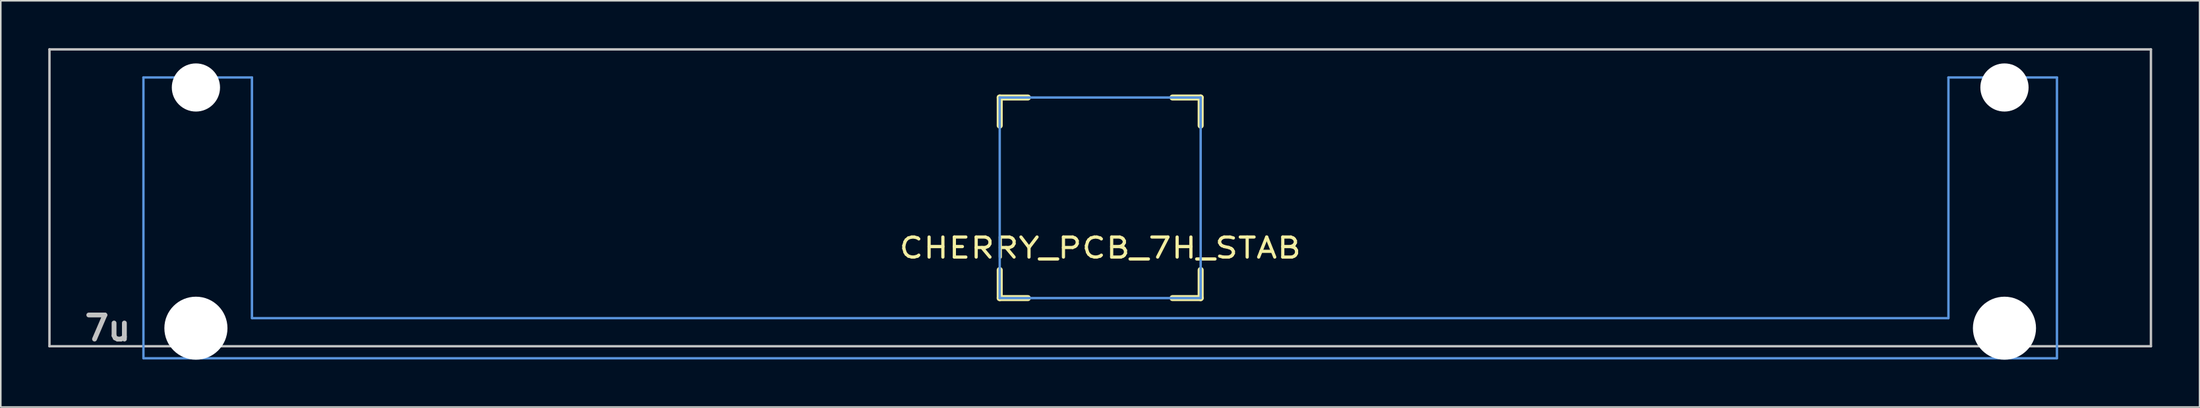
<source format=kicad_pcb>
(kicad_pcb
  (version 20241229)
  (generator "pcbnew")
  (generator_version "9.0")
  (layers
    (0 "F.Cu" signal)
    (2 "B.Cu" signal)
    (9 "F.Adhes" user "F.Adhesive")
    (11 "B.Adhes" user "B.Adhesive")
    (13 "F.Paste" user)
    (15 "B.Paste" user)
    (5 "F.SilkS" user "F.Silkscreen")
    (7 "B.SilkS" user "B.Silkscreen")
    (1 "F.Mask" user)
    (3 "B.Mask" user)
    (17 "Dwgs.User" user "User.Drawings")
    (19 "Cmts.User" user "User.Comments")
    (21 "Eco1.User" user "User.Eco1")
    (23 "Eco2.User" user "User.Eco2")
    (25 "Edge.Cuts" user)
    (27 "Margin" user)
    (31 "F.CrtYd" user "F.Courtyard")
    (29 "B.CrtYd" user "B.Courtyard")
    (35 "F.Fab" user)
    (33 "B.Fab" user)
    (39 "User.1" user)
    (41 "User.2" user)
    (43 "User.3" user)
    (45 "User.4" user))
  (footprint "CHERRY_PCB_7H_STAB"
    (layer "F.Cu")
    (at 66.482 9.474)
    (property "Reference" "CHERRY_PCB_7H_STAB" (at 0 3.175 0) (layer "F.SilkS") (effects (font (size 1.27 1.524) (thickness 0.203))))
    (attr through_hole)
    (fp_line (start -6.35 -6.35) (end -4.572 -6.35) (stroke (width 0.381) (type solid)) (layer "F.SilkS"))
    (fp_line (start -6.35 -4.572) (end -6.35 -6.35) (stroke (width 0.381) (type solid)) (layer "F.SilkS"))
    (fp_line (start -6.35 6.35) (end -6.35 4.572) (stroke (width 0.381) (type solid)) (layer "F.SilkS"))
    (fp_line (start -4.572 6.35) (end -6.35 6.35) (stroke (width 0.381) (type solid)) (layer "F.SilkS"))
    (fp_line (start 4.572 -6.35) (end 6.35 -6.35) (stroke (width 0.381) (type solid)) (layer "F.SilkS"))
    (fp_line (start 6.35 -6.35) (end 6.35 -4.572) (stroke (width 0.381) (type solid)) (layer "F.SilkS"))
    (fp_line (start 6.35 4.572) (end 6.35 6.35) (stroke (width 0.381) (type solid)) (layer "F.SilkS"))
    (fp_line (start 6.35 6.35) (end 4.572 6.35) (stroke (width 0.381) (type solid)) (layer "F.SilkS"))
    (fp_line (start -66.406 -9.398) (end 66.406 -9.398) (stroke (width 0.152) (type solid)) (layer "Dwgs.User"))
    (fp_line (start -66.406 9.398) (end -66.406 -9.398) (stroke (width 0.152) (type solid)) (layer "Dwgs.User"))
    (fp_line (start 66.406 -9.398) (end 66.406 9.398) (stroke (width 0.152) (type solid)) (layer "Dwgs.User"))
    (fp_line (start 66.406 9.398) (end -66.406 9.398) (stroke (width 0.152) (type solid)) (layer "Dwgs.User"))
    (fp_line (start -60.467 -7.62) (end -60.467 10.16) (stroke (width 0.152) (type solid)) (layer "Cmts.User"))
    (fp_line (start -60.452 10.16) (end 60.452 10.16) (stroke (width 0.152) (type solid)) (layer "Cmts.User"))
    (fp_line (start -53.609 -7.62) (end -60.467 -7.62) (stroke (width 0.152) (type solid)) (layer "Cmts.User"))
    (fp_line (start -53.609 7.62) (end -53.609 -7.62) (stroke (width 0.152) (type solid)) (layer "Cmts.User"))
    (fp_line (start -6.35 -6.35) (end 6.35 -6.35) (stroke (width 0.152) (type solid)) (layer "Cmts.User"))
    (fp_line (start -6.35 6.35) (end -6.35 -6.35) (stroke (width 0.152) (type solid)) (layer "Cmts.User"))
    (fp_line (start 6.35 -6.35) (end 6.35 6.35) (stroke (width 0.152) (type solid)) (layer "Cmts.User"))
    (fp_line (start 6.35 6.35) (end -6.35 6.35) (stroke (width 0.152) (type solid)) (layer "Cmts.User"))
    (fp_line (start 53.594 7.62) (end -53.594 7.62) (stroke (width 0.152) (type solid)) (layer "Cmts.User"))
    (fp_line (start 53.609 -7.62) (end 53.609 7.62) (stroke (width 0.152) (type solid)) (layer "Cmts.User"))
    (fp_line (start 60.467 -7.62) (end 53.609 -7.62) (stroke (width 0.152) (type solid)) (layer "Cmts.User"))
    (fp_line (start 60.467 10.16) (end 60.467 -7.62) (stroke (width 0.152) (type solid)) (layer "Cmts.User"))
    (fp_line (start -61.229 -2.286) (end -60.365 -2.286) (stroke (width 0.152) (type solid)) (layer "Eco2.User"))
    (fp_line (start -61.229 0.508) (end -61.229 -2.286) (stroke (width 0.152) (type solid)) (layer "Eco2.User"))
    (fp_line (start -60.365 -5.69) (end -53.711 -5.69) (stroke (width 0.152) (type solid)) (layer "Eco2.User"))
    (fp_line (start -60.365 -2.286) (end -60.365 -5.69) (stroke (width 0.152) (type solid)) (layer "Eco2.User"))
    (fp_line (start -60.365 0.508) (end -61.229 0.508) (stroke (width 0.152) (type solid)) (layer "Eco2.User"))
    (fp_line (start -60.365 6.604) (end -60.365 0.508) (stroke (width 0.152) (type solid)) (layer "Eco2.User"))
    (fp_line (start -59.324 6.604) (end -60.365 6.604) (stroke (width 0.152) (type solid)) (layer "Eco2.User"))
    (fp_line (start -59.324 7.772) (end -59.324 6.604) (stroke (width 0.152) (type solid)) (layer "Eco2.User"))
    (fp_line (start -54.752 6.604) (end -54.752 7.772) (stroke (width 0.152) (type solid)) (layer "Eco2.User"))
    (fp_line (start -54.752 7.772) (end -59.324 7.772) (stroke (width 0.152) (type solid)) (layer "Eco2.User"))
    (fp_line (start -53.721 -2.286) (end -6.985 -2.286) (stroke (width 0.152) (type solid)) (layer "Eco2.User"))
    (fp_line (start -53.711 -5.69) (end -53.711 -2.286) (stroke (width 0.152) (type solid)) (layer "Eco2.User"))
    (fp_line (start -53.711 2.286) (end -53.711 6.604) (stroke (width 0.152) (type solid)) (layer "Eco2.User"))
    (fp_line (start -53.711 6.604) (end -54.752 6.604) (stroke (width 0.152) (type solid)) (layer "Eco2.User"))
    (fp_line (start -6.985 -6.985) (end 6.985 -6.985) (stroke (width 0.152) (type solid)) (layer "Eco2.User"))
    (fp_line (start -6.985 -2.286) (end -6.985 -6.985) (stroke (width 0.152) (type solid)) (layer "Eco2.User"))
    (fp_line (start -6.985 2.286) (end -53.721 2.286) (stroke (width 0.152) (type solid)) (layer "Eco2.User"))
    (fp_line (start -6.985 6.985) (end -6.985 2.286) (stroke (width 0.152) (type solid)) (layer "Eco2.User"))
    (fp_line (start 6.985 -6.985) (end 6.985 -2.286) (stroke (width 0.152) (type solid)) (layer "Eco2.User"))
    (fp_line (start 6.985 -2.286) (end 53.721 -2.286) (stroke (width 0.152) (type solid)) (layer "Eco2.User"))
    (fp_line (start 6.985 2.286) (end 6.985 6.985) (stroke (width 0.152) (type solid)) (layer "Eco2.User"))
    (fp_line (start 6.985 6.985) (end -6.985 6.985) (stroke (width 0.152) (type solid)) (layer "Eco2.User"))
    (fp_line (start 53.711 -5.69) (end 60.365 -5.69) (stroke (width 0.152) (type solid)) (layer "Eco2.User"))
    (fp_line (start 53.711 -2.286) (end 53.711 -5.69) (stroke (width 0.152) (type solid)) (layer "Eco2.User"))
    (fp_line (start 53.711 6.604) (end 53.711 2.286) (stroke (width 0.152) (type solid)) (layer "Eco2.User"))
    (fp_line (start 53.721 2.286) (end 6.985 2.286) (stroke (width 0.152) (type solid)) (layer "Eco2.User"))
    (fp_line (start 54.752 6.604) (end 53.711 6.604) (stroke (width 0.152) (type solid)) (layer "Eco2.User"))
    (fp_line (start 54.752 7.772) (end 54.752 6.604) (stroke (width 0.152) (type solid)) (layer "Eco2.User"))
    (fp_line (start 59.324 6.604) (end 59.324 7.772) (stroke (width 0.152) (type solid)) (layer "Eco2.User"))
    (fp_line (start 59.324 7.772) (end 54.752 7.772) (stroke (width 0.152) (type solid)) (layer "Eco2.User"))
    (fp_line (start 60.365 -5.69) (end 60.365 -2.286) (stroke (width 0.152) (type solid)) (layer "Eco2.User"))
    (fp_line (start 60.365 -2.286) (end 61.229 -2.286) (stroke (width 0.152) (type solid)) (layer "Eco2.User"))
    (fp_line (start 60.365 0.508) (end 60.365 6.604) (stroke (width 0.152) (type solid)) (layer "Eco2.User"))
    (fp_line (start 60.365 6.604) (end 59.324 6.604) (stroke (width 0.152) (type solid)) (layer "Eco2.User"))
    (fp_line (start 61.229 -2.286) (end 61.229 0.508) (stroke (width 0.152) (type solid)) (layer "Eco2.User"))
    (fp_line (start 61.229 0.508) (end 60.365 0.508) (stroke (width 0.152) (type solid)) (layer "Eco2.User"))
    (fp_text user "7u" (at -62.723 8.255 0) (layer "Dwgs.User") (effects (font (size 1.524 1.524) (thickness 0.305))))
    (pad "" np_thru_hole circle (at -57.15 -6.985) (size 3.048 3.048) (drill 3.048) (layers "*.Cu"))
    (pad "" np_thru_hole circle (at -57.15 8.255) (size 3.988 3.988) (drill 3.988) (layers "*.Cu"))
    (pad "" np_thru_hole circle (at 57.15 -6.985) (size 3.048 3.048) (drill 3.048) (layers "*.Cu"))
    (pad "" np_thru_hole circle (at 57.15 8.255) (size 3.988 3.988) (drill 3.988) (layers "*.Cu")))
  (gr_rect
    (start -3 -3)
    (end 135.963 22.723)
    (stroke (width 0.1) (type default))
    (fill no)
    (layer "Edge.Cuts")))
</source>
